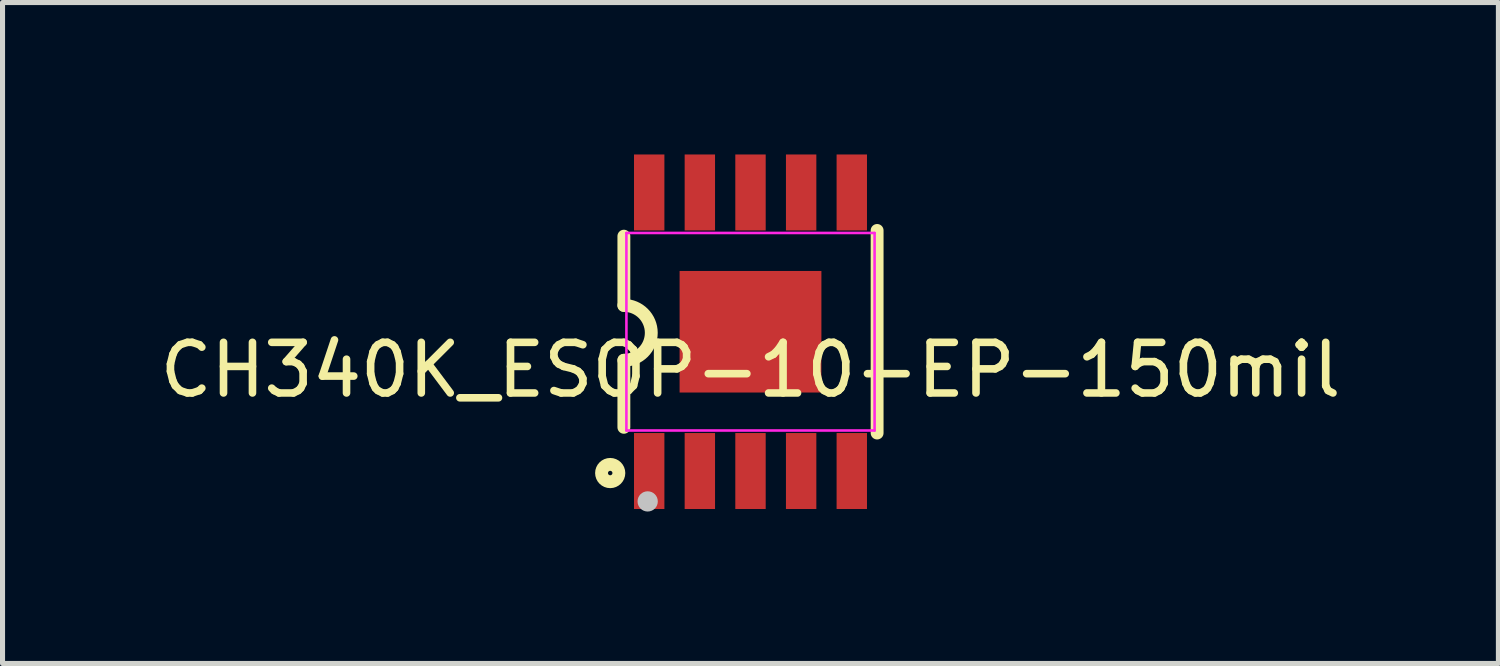
<source format=kicad_pcb>
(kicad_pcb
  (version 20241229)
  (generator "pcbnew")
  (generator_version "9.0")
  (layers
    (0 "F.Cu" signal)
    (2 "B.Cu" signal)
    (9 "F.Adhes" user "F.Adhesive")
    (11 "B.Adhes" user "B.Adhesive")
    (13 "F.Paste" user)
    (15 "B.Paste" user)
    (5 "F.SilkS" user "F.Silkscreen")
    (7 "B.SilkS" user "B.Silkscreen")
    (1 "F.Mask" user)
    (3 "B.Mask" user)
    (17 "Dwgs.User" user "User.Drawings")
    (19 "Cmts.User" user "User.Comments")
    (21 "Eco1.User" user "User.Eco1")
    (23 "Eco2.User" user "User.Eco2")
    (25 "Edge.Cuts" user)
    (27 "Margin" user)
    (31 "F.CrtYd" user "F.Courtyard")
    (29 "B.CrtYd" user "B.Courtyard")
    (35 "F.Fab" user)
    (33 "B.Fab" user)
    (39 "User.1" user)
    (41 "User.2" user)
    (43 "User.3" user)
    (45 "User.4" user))
  (footprint "CH340K_ESOP-10-EP-150mil"
    (layer "F.Cu")
    (at 11.768 3.5)
    (property "Reference" "CH340K_ESOP-10-EP-150mil" (at 0 0.754 0) (layer "F.SilkS") (effects (font (size 1 1) (thickness 0.15))))
    (attr smd)
    (fp_line (start -2.5 -0.52) (end -2.5 -1.887) (stroke (width 0.254) (type solid)) (layer "F.SilkS"))
    (fp_line (start -2.5 1.887) (end -2.5 0.564) (stroke (width 0.254) (type solid)) (layer "F.SilkS"))
    (fp_line (start 2.5 -2) (end 2.5 2) (stroke (width 0.254) (type solid)) (layer "F.SilkS"))
    (fp_arc (start -2.50009 -0.519997) (mid -1.962489 0.021705) (end -2.5005 0.563) (stroke (width 0.254) (type solid)) (layer "F.SilkS"))
    (fp_circle (center -2.77 2.79) (end -2.599 2.79) (stroke (width 0.254) (type solid)) (fill no) (layer "F.SilkS"))
    (fp_circle (center -2.03 3.35) (end -1.93 3.35) (stroke (width 0.2) (type solid)) (fill no) (layer "Dwgs.User"))
    (fp_poly (pts (xy -1.8 -2.58) (xy -2.206 -2.58) (xy -2.206 -3.08) (xy -1.8 -3.08)) (stroke (width 0.005) (type solid)) (fill no) (layer "Eco2.User"))
    (fp_poly (pts (xy -1.8 -1.94) (xy -2.206 -1.94) (xy -2.206 -2.585) (xy -1.8 -2.585)) (stroke (width 0.005) (type solid)) (fill no) (layer "Eco2.User"))
    (fp_poly (pts (xy -1.8 2.58) (xy -2.206 2.58) (xy -2.206 1.935) (xy -1.8 1.935)) (stroke (width 0.005) (type solid)) (fill no) (layer "Eco2.User"))
    (fp_poly (pts (xy -1.797 3.07) (xy -2.203 3.07) (xy -2.203 2.57) (xy -1.797 2.57)) (stroke (width 0.005) (type solid)) (fill no) (layer "Eco2.User"))
    (fp_poly (pts (xy -0.8 -1.94) (xy -1.206 -1.94) (xy -1.206 -2.585) (xy -0.8 -2.585)) (stroke (width 0.005) (type solid)) (fill no) (layer "Eco2.User"))
    (fp_poly (pts (xy -0.8 2.58) (xy -1.206 2.58) (xy -1.206 1.935) (xy -0.8 1.935)) (stroke (width 0.005) (type solid)) (fill no) (layer "Eco2.User"))
    (fp_poly (pts (xy -0.8 3.07) (xy -1.206 3.07) (xy -1.206 2.57) (xy -0.8 2.57)) (stroke (width 0.005) (type solid)) (fill no) (layer "Eco2.User"))
    (fp_poly (pts (xy -0.797 -2.58) (xy -1.203 -2.58) (xy -1.203 -3.08) (xy -0.797 -3.08)) (stroke (width 0.005) (type solid)) (fill no) (layer "Eco2.User"))
    (fp_poly (pts (xy 0.2 -1.94) (xy -0.206 -1.94) (xy -0.206 -2.585) (xy 0.2 -2.585)) (stroke (width 0.005) (type solid)) (fill no) (layer "Eco2.User"))
    (fp_poly (pts (xy 0.2 2.58) (xy -0.206 2.58) (xy -0.206 1.935) (xy 0.2 1.935)) (stroke (width 0.005) (type solid)) (fill no) (layer "Eco2.User"))
    (fp_poly (pts (xy 0.203 -2.58) (xy -0.203 -2.58) (xy -0.203 -3.08) (xy 0.203 -3.08)) (stroke (width 0.005) (type solid)) (fill no) (layer "Eco2.User"))
    (fp_poly (pts (xy 0.203 3.07) (xy -0.203 3.07) (xy -0.203 2.57) (xy 0.203 2.57)) (stroke (width 0.005) (type solid)) (fill no) (layer "Eco2.User"))
    (fp_poly (pts (xy 1.2 -1.94) (xy 0.794 -1.94) (xy 0.794 -2.585) (xy 1.2 -2.585)) (stroke (width 0.005) (type solid)) (fill no) (layer "Eco2.User"))
    (fp_poly (pts (xy 1.2 2.58) (xy 0.794 2.58) (xy 0.794 1.935) (xy 1.2 1.935)) (stroke (width 0.005) (type solid)) (fill no) (layer "Eco2.User"))
    (fp_poly (pts (xy 1.203 -2.58) (xy 0.797 -2.58) (xy 0.797 -3.08) (xy 1.203 -3.08)) (stroke (width 0.005) (type solid)) (fill no) (layer "Eco2.User"))
    (fp_poly (pts (xy 1.203 3.07) (xy 0.797 3.07) (xy 0.797 2.57) (xy 1.203 2.57)) (stroke (width 0.005) (type solid)) (fill no) (layer "Eco2.User"))
    (fp_poly (pts (xy 1.4 1.2) (xy -1.4 1.2) (xy -1.4 -1.2) (xy 1.4 -1.2)) (stroke (width 0.005) (type solid)) (fill no) (layer "Eco2.User"))
    (fp_poly (pts (xy 2.2 -1.94) (xy 1.794 -1.94) (xy 1.794 -2.585) (xy 2.2 -2.585)) (stroke (width 0.005) (type solid)) (fill no) (layer "Eco2.User"))
    (fp_poly (pts (xy 2.2 2.58) (xy 1.794 2.58) (xy 1.794 1.935) (xy 2.2 1.935)) (stroke (width 0.005) (type solid)) (fill no) (layer "Eco2.User"))
    (fp_poly (pts (xy 2.2 3.07) (xy 1.794 3.07) (xy 1.794 2.57) (xy 2.2 2.57)) (stroke (width 0.005) (type solid)) (fill no) (layer "Eco2.User"))
    (fp_poly (pts (xy 2.203 -2.58) (xy 1.797 -2.58) (xy 1.797 -3.08) (xy 2.203 -3.08)) (stroke (width 0.005) (type solid)) (fill no) (layer "Eco2.User"))
    (fp_poly (pts (xy -2.39 3.08) (xy -2.391 3.068) (xy -2.395 3.057) (xy -2.4 3.047) (xy -2.408 3.038) (xy -2.417 3.03) (xy -2.427 3.025) (xy -2.438 3.021) (xy -2.45 3.02) (xy -2.462 3.021) (xy -2.473 3.025) (xy -2.483 3.03) (xy -2.493 3.038) (xy -2.5 3.047) (xy -2.506 3.057) (xy -2.509 3.068) (xy -2.51 3.08) (xy -2.509 3.092) (xy -2.506 3.103) (xy -2.5 3.113) (xy -2.493 3.123) (xy -2.483 3.13) (xy -2.473 3.135) (xy -2.462 3.139) (xy -2.45 3.14) (xy -2.438 3.139) (xy -2.427 3.135) (xy -2.417 3.13) (xy -2.408 3.123) (xy -2.4 3.113) (xy -2.395 3.103) (xy -2.391 3.092)) (stroke (width 0.005) (type solid)) (fill no) (layer "Eco2.User"))
    (fp_line (start -2.45 -1.95) (end 2.45 -1.95) (stroke (width 0.051) (type solid)) (layer "F.CrtYd"))
    (fp_line (start -2.45 1.95) (end -2.45 -1.95) (stroke (width 0.051) (type solid)) (layer "F.CrtYd"))
    (fp_line (start 2.45 -1.95) (end 2.45 1.95) (stroke (width 0.051) (type solid)) (layer "F.CrtYd"))
    (fp_line (start 2.45 1.95) (end -2.45 1.95) (stroke (width 0.051) (type solid)) (layer "F.CrtYd"))
    (pad "1" smd rect (at -2 2.75) (size 0.6 1.5) (layers "F.Cu" "F.Mask" "F.Paste"))
    (pad "2" smd rect (at -1 2.75) (size 0.6 1.5) (layers "F.Cu" "F.Mask" "F.Paste"))
    (pad "3" smd rect (at 0 2.75) (size 0.6 1.5) (layers "F.Cu" "F.Mask" "F.Paste"))
    (pad "4" smd rect (at 1 2.75) (size 0.6 1.5) (layers "F.Cu" "F.Mask" "F.Paste"))
    (pad "5" smd rect (at 2 2.75) (size 0.6 1.5) (layers "F.Cu" "F.Mask" "F.Paste"))
    (pad "6" smd rect (at 2 -2.75) (size 0.6 1.5) (layers "F.Cu" "F.Mask" "F.Paste"))
    (pad "7" smd rect (at 1 -2.75) (size 0.6 1.5) (layers "F.Cu" "F.Mask" "F.Paste"))
    (pad "8" smd rect (at 0 -2.75) (size 0.6 1.5) (layers "F.Cu" "F.Mask" "F.Paste"))
    (pad "9" smd rect (at -1 -2.75) (size 0.6 1.5) (layers "F.Cu" "F.Mask" "F.Paste"))
    (pad "10" smd rect (at -2 -2.75) (size 0.6 1.5) (layers "F.Cu" "F.Mask" "F.Paste"))
    (pad "11" smd rect (at 0 0.0001 180) (size 2.8 2.4) (layers "F.Cu" "F.Mask" "F.Paste")))
  (gr_rect
    (start -3 -3)
    (end 26.535 10.05)
    (stroke (width 0.1) (type default))
    (fill no)
    (layer "Edge.Cuts")))
</source>
